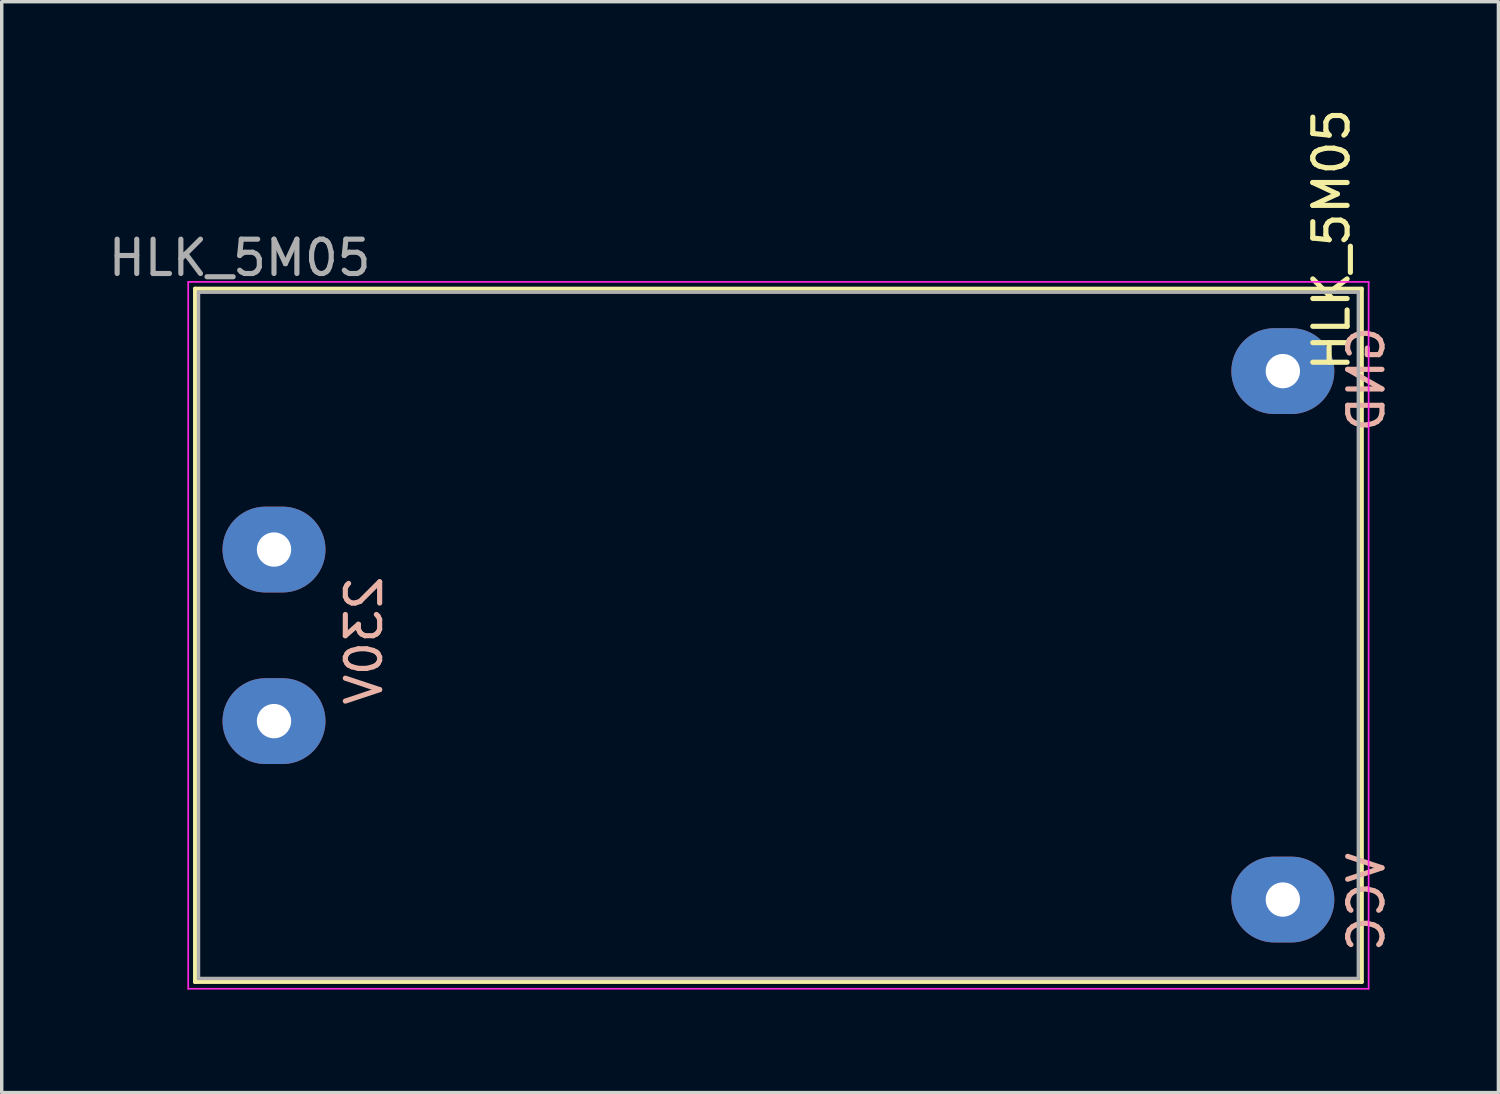
<source format=kicad_pcb>
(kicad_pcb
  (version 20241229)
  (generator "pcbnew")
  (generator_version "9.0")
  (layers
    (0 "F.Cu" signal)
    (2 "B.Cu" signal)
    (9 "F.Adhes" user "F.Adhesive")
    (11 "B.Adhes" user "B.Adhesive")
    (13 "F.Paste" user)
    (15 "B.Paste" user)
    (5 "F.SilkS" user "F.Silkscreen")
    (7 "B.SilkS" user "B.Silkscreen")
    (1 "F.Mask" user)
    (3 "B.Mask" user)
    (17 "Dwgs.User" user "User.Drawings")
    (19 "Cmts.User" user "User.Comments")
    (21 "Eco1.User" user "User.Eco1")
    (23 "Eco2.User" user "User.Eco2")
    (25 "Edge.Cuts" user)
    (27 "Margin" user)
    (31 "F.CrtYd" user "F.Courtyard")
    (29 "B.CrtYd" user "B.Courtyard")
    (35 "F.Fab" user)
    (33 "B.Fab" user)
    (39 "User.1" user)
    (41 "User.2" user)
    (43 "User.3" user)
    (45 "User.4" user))
  (footprint "HLK_5M05"
    (layer "F.Cu")
    (at 4.935 15.465)
    (property "Reference" "HLK_5M05" (at 30.818 -11.53 90) (layer "F.SilkS") (effects (font (size 1 1) (thickness 0.15))))
    (attr through_hole)
    (fp_line (start -2.3 -10.1) (end -2.3 10.1) (stroke (width 0.12) (type solid)) (layer "F.SilkS"))
    (fp_line (start -2.3 -10.1) (end 31.7 -10.1) (stroke (width 0.12) (type solid)) (layer "F.SilkS"))
    (fp_line (start -2.3 10.1) (end 31.7 10.1) (stroke (width 0.12) (type solid)) (layer "F.SilkS"))
    (fp_line (start 31.7 -10.1) (end 31.7 10.1) (stroke (width 0.12) (type solid)) (layer "F.SilkS"))
    (fp_line (start -2.5 -10.3) (end 31.9 -10.3) (stroke (width 0.05) (type solid)) (layer "F.CrtYd"))
    (fp_line (start -2.5 10.3) (end -2.5 -10.3) (stroke (width 0.05) (type solid)) (layer "F.CrtYd"))
    (fp_line (start 31.9 -10.3) (end 31.9 10.3) (stroke (width 0.05) (type solid)) (layer "F.CrtYd"))
    (fp_line (start 31.9 10.3) (end -2.5 10.3) (stroke (width 0.05) (type solid)) (layer "F.CrtYd"))
    (fp_line (start -2.2 -10) (end -2.2 10) (stroke (width 0.1) (type solid)) (layer "F.Fab"))
    (fp_line (start -2.2 -10) (end 31.6 -10) (stroke (width 0.1) (type solid)) (layer "F.Fab"))
    (fp_line (start 31.6 -10) (end 31.6 10) (stroke (width 0.1) (type solid)) (layer "F.Fab"))
    (fp_line (start 31.6 10) (end -2.2 10) (stroke (width 0.1) (type solid)) (layer "F.Fab"))
    (fp_text user "230V" (at 2.624 0.154 90) (layer "B.SilkS") (effects (font (size 1 1) (thickness 0.15)) (justify mirror)))
    (fp_text user "VCC" (at 31.834 7.774 90) (layer "B.SilkS") (effects (font (size 1 1) (thickness 0.15)) (justify mirror)))
    (fp_text user "GND" (at 31.834 -7.466 90) (layer "B.SilkS") (effects (font (size 1 1) (thickness 0.15)) (justify mirror)))
    (fp_text user "${REFERENCE}" (at -1 -11 0) (layer "F.Fab") (effects (font (size 1 1) (thickness 0.15))))
    (pad "1" thru_hole oval (at 29.4 -7.7 90) (size 2.5 3) (drill 1) (layers "*.Cu" "*.Mask"))
    (pad "2" thru_hole oval (at 29.4 7.7 90) (size 2.5 3) (drill 1) (layers "*.Cu" "*.Mask"))
    (pad "3" thru_hole oval (at 0 2.5 90) (size 2.5 3) (drill 1) (layers "*.Cu" "*.Mask"))
    (pad "4" thru_hole oval (at 0 -2.5 90) (size 2.5 3) (drill 1) (layers "*.Cu" "*.Mask")))
  (gr_rect
    (start -3 -3)
    (end 40.617 28.79)
    (stroke (width 0.1) (type default))
    (fill no)
    (layer "Edge.Cuts")))
</source>
